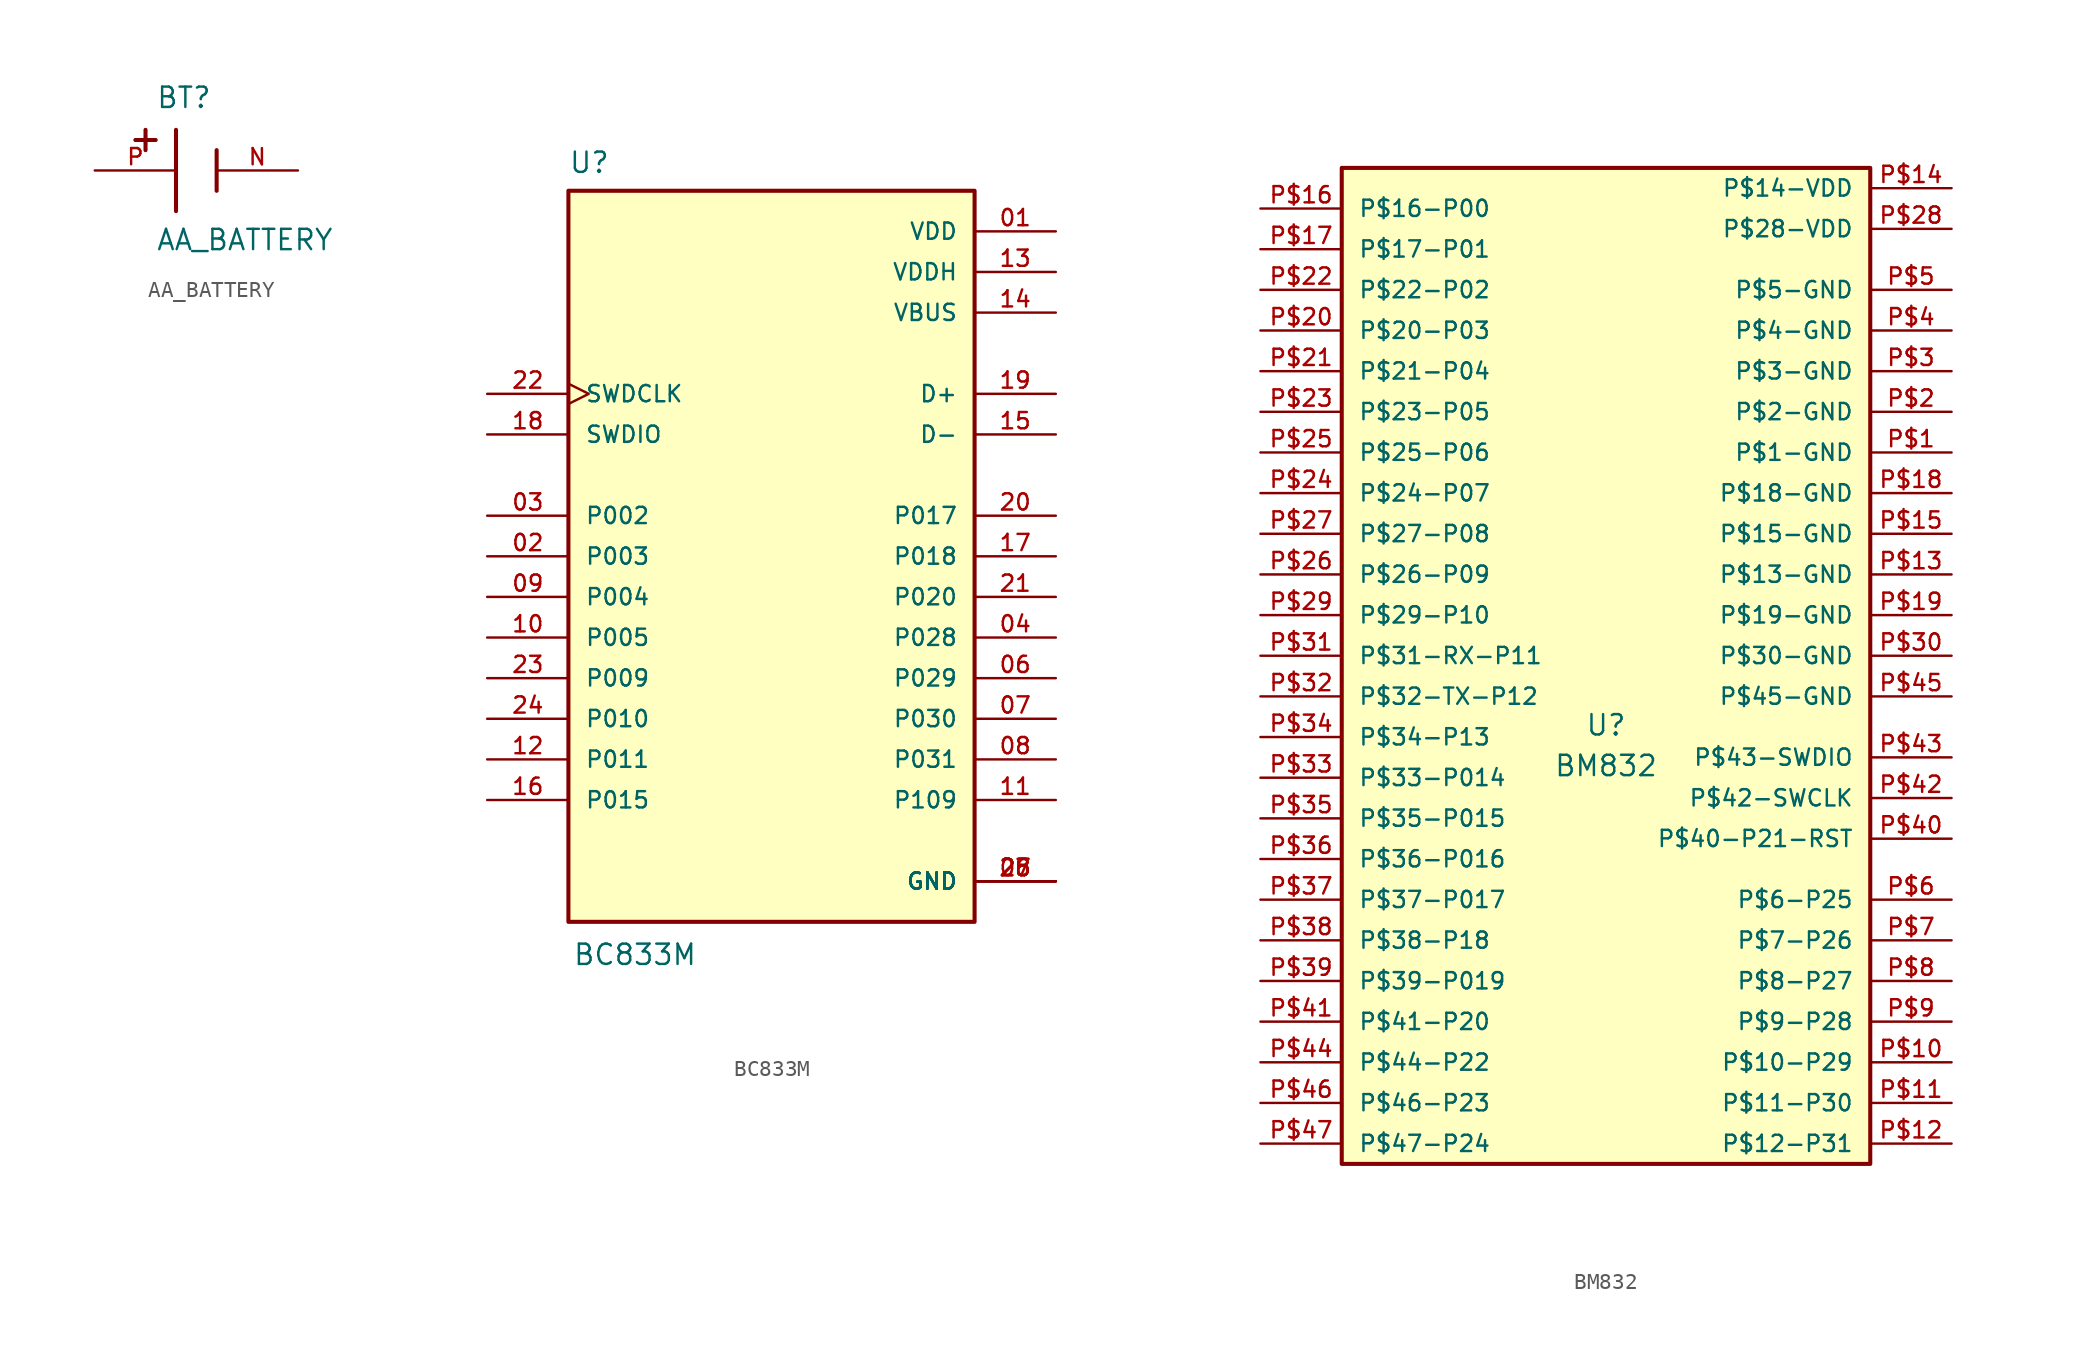
<source format=kicad_sym>
(kicad_symbol_lib
  (version 20211014)
  (generator kicad_symbol_editor)
  (symbol "AA_BATTERY"
    (pin_names
      (offset 1.016))
    (property "Reference" "BT"
      (at -3.81 3.81 0)
      (effects (font (size 1.27 1.27)) (justify left bottom)))
    (property "Value" "AA_BATTERY"
      (at -3.81 -5.08 0)
      (effects (font (size 1.27 1.27)) (justify left bottom)))
    (symbol "AA_BATTERY_0_0"
      (polyline (pts (xy -5.08 1.905) (xy -3.81 1.905)) (stroke (width 0.254) (type default) (color 0 0 0 0)) (fill (type none)))
      (polyline (pts (xy -4.445 2.54) (xy -4.445 1.27)) (stroke (width 0.254) (type default) (color 0 0 0 0)) (fill (type none)))
      (polyline (pts (xy -2.54 2.54) (xy -2.54 -2.54)) (stroke (width 0.254) (type default) (color 0 0 0 0)) (fill (type none)))
      (polyline (pts (xy 0 1.27) (xy 0 -1.27)) (stroke (width 0.254) (type default) (color 0 0 0 0)) (fill (type none)))
      (pin passive line (at 5.08 0 180) (length 5.08) (name "~" (effects (font (size 1.016 1.016)))) (number "N" (effects (font (size 1.016 1.016)))))
      (pin passive line (at -7.62 0 0) (length 5.08) (name "~" (effects (font (size 1.016 1.016)))) (number "P" (effects (font (size 1.016 1.016)))))))
  (symbol "BC833M"
    (pin_names
      (offset 1.016))
    (property "Reference" "U"
      (at -12.7 23.876 0)
      (effects (font (size 1.27 1.27)) (justify left bottom)))
    (property "Value" "BC833M"
      (at -12.446 -25.654 0)
      (effects (font (size 1.27 1.27)) (justify left bottom)))
    (symbol "BC833M_0_0"
      (rectangle (start -12.7 -22.86) (end 12.7 22.86) (stroke (width 0.254) (type default) (color 0 0 0 0)) (fill (type background)))
      (pin power_in line (at 17.78 20.32 180) (length 5.08) (name "VDD" (effects (font (size 1.016 1.016)))) (number "01" (effects (font (size 1.016 1.016)))))
      (pin bidirectional line (at -17.78 0 0) (length 5.08) (name "P003" (effects (font (size 1.016 1.016)))) (number "02" (effects (font (size 1.016 1.016)))))
      (pin bidirectional line (at -17.78 2.54 0) (length 5.08) (name "P002" (effects (font (size 1.016 1.016)))) (number "03" (effects (font (size 1.016 1.016)))))
      (pin bidirectional line (at 17.78 -5.08 180) (length 5.08) (name "P028" (effects (font (size 1.016 1.016)))) (number "04" (effects (font (size 1.016 1.016)))))
      (pin power_in line (at 17.78 -20.32 180) (length 5.08) (name "GND" (effects (font (size 1.016 1.016)))) (number "05" (effects (font (size 1.016 1.016)))))
      (pin bidirectional line (at 17.78 -7.62 180) (length 5.08) (name "P029" (effects (font (size 1.016 1.016)))) (number "06" (effects (font (size 1.016 1.016)))))
      (pin bidirectional line (at 17.78 -10.16 180) (length 5.08) (name "P030" (effects (font (size 1.016 1.016)))) (number "07" (effects (font (size 1.016 1.016)))))
      (pin bidirectional line (at 17.78 -12.7 180) (length 5.08) (name "P031" (effects (font (size 1.016 1.016)))) (number "08" (effects (font (size 1.016 1.016)))))
      (pin bidirectional line (at -17.78 -2.54 0) (length 5.08) (name "P004" (effects (font (size 1.016 1.016)))) (number "09" (effects (font (size 1.016 1.016)))))
      (pin bidirectional line (at -17.78 -5.08 0) (length 5.08) (name "P005" (effects (font (size 1.016 1.016)))) (number "10" (effects (font (size 1.016 1.016)))))
      (pin bidirectional line (at 17.78 -15.24 180) (length 5.08) (name "P109" (effects (font (size 1.016 1.016)))) (number "11" (effects (font (size 1.016 1.016)))))
      (pin bidirectional line (at -17.78 -12.7 0) (length 5.08) (name "P011" (effects (font (size 1.016 1.016)))) (number "12" (effects (font (size 1.016 1.016)))))
      (pin power_in line (at 17.78 17.78 180) (length 5.08) (name "VDDH" (effects (font (size 1.016 1.016)))) (number "13" (effects (font (size 1.016 1.016)))))
      (pin power_in line (at 17.78 15.24 180) (length 5.08) (name "VBUS" (effects (font (size 1.016 1.016)))) (number "14" (effects (font (size 1.016 1.016)))))
      (pin bidirectional line (at 17.78 7.62 180) (length 5.08) (name "D-" (effects (font (size 1.016 1.016)))) (number "15" (effects (font (size 1.016 1.016)))))
      (pin bidirectional line (at -17.78 -15.24 0) (length 5.08) (name "P015" (effects (font (size 1.016 1.016)))) (number "16" (effects (font (size 1.016 1.016)))))
      (pin bidirectional line (at 17.78 0 180) (length 5.08) (name "P018" (effects (font (size 1.016 1.016)))) (number "17" (effects (font (size 1.016 1.016)))))
      (pin bidirectional line (at -17.78 7.62 0) (length 5.08) (name "SWDIO" (effects (font (size 1.016 1.016)))) (number "18" (effects (font (size 1.016 1.016)))))
      (pin bidirectional line (at 17.78 10.16 180) (length 5.08) (name "D+" (effects (font (size 1.016 1.016)))) (number "19" (effects (font (size 1.016 1.016)))))
      (pin bidirectional line (at 17.78 2.54 180) (length 5.08) (name "P017" (effects (font (size 1.016 1.016)))) (number "20" (effects (font (size 1.016 1.016)))))
      (pin bidirectional line (at 17.78 -2.54 180) (length 5.08) (name "P020" (effects (font (size 1.016 1.016)))) (number "21" (effects (font (size 1.016 1.016)))))
      (pin input clock (at -17.78 10.16 0) (length 5.08) (name "SWDCLK" (effects (font (size 1.016 1.016)))) (number "22" (effects (font (size 1.016 1.016)))))
      (pin bidirectional line (at -17.78 -7.62 0) (length 5.08) (name "P009" (effects (font (size 1.016 1.016)))) (number "23" (effects (font (size 1.016 1.016)))))
      (pin bidirectional line (at -17.78 -10.16 0) (length 5.08) (name "P010" (effects (font (size 1.016 1.016)))) (number "24" (effects (font (size 1.016 1.016)))))
      (pin power_in line (at 17.78 -20.32 180) (length 5.08) (name "GND" (effects (font (size 1.016 1.016)))) (number "25" (effects (font (size 1.016 1.016)))))
      (pin power_in line (at 17.78 -20.32 180) (length 5.08) (name "GND" (effects (font (size 1.016 1.016)))) (number "26" (effects (font (size 1.016 1.016)))))
      (pin power_in line (at 17.78 -20.32 180) (length 5.08) (name "GND" (effects (font (size 1.016 1.016)))) (number "27" (effects (font (size 1.016 1.016)))))
      (pin power_in line (at 17.78 -20.32 180) (length 5.08) (name "GND" (effects (font (size 1.016 1.016)))) (number "28" (effects (font (size 1.016 1.016)))))))
  (symbol "BM832"
    (pin_names
      (offset 1.016))
    (property "Reference" "U"
      (at 16.51 26.67 0)
      (effects (font (size 1.27 1.27)) (justify bottom)))
    (property "Value" "BM832"
      (at 16.51 24.13 0)
      (effects (font (size 1.27 1.27)) (justify bottom)))
    (symbol "BM832_0_0"
      (rectangle (start 0 62.23) (end 33.02 0) (stroke (width 0.254) (type default) (color 0 0 0 0)) (fill (type background)))
      (pin bidirectional line (at 38.1 44.45 180) (length 5.08) (name "P$1-GND" (effects (font (size 1.016 1.016)))) (number "P$1" (effects (font (size 1.016 1.016)))))
      (pin bidirectional line (at 38.1 6.35 180) (length 5.08) (name "P$10-P29" (effects (font (size 1.016 1.016)))) (number "P$10" (effects (font (size 1.016 1.016)))))
      (pin bidirectional line (at 38.1 3.81 180) (length 5.08) (name "P$11-P30" (effects (font (size 1.016 1.016)))) (number "P$11" (effects (font (size 1.016 1.016)))))
      (pin bidirectional line (at 38.1 1.27 180) (length 5.08) (name "P$12-P31" (effects (font (size 1.016 1.016)))) (number "P$12" (effects (font (size 1.016 1.016)))))
      (pin bidirectional line (at 38.1 36.83 180) (length 5.08) (name "P$13-GND" (effects (font (size 1.016 1.016)))) (number "P$13" (effects (font (size 1.016 1.016)))))
      (pin bidirectional line (at 38.1 60.96 180) (length 5.08) (name "P$14-VDD" (effects (font (size 1.016 1.016)))) (number "P$14" (effects (font (size 1.016 1.016)))))
      (pin bidirectional line (at 38.1 39.37 180) (length 5.08) (name "P$15-GND" (effects (font (size 1.016 1.016)))) (number "P$15" (effects (font (size 1.016 1.016)))))
      (pin bidirectional line (at -5.08 59.69 0) (length 5.08) (name "P$16-P00" (effects (font (size 1.016 1.016)))) (number "P$16" (effects (font (size 1.016 1.016)))))
      (pin bidirectional line (at -5.08 57.15 0) (length 5.08) (name "P$17-P01" (effects (font (size 1.016 1.016)))) (number "P$17" (effects (font (size 1.016 1.016)))))
      (pin bidirectional line (at 38.1 41.91 180) (length 5.08) (name "P$18-GND" (effects (font (size 1.016 1.016)))) (number "P$18" (effects (font (size 1.016 1.016)))))
      (pin bidirectional line (at 38.1 34.29 180) (length 5.08) (name "P$19-GND" (effects (font (size 1.016 1.016)))) (number "P$19" (effects (font (size 1.016 1.016)))))
      (pin bidirectional line (at 38.1 46.99 180) (length 5.08) (name "P$2-GND" (effects (font (size 1.016 1.016)))) (number "P$2" (effects (font (size 1.016 1.016)))))
      (pin bidirectional line (at -5.08 52.07 0) (length 5.08) (name "P$20-P03" (effects (font (size 1.016 1.016)))) (number "P$20" (effects (font (size 1.016 1.016)))))
      (pin bidirectional line (at -5.08 49.53 0) (length 5.08) (name "P$21-P04" (effects (font (size 1.016 1.016)))) (number "P$21" (effects (font (size 1.016 1.016)))))
      (pin bidirectional line (at -5.08 54.61 0) (length 5.08) (name "P$22-P02" (effects (font (size 1.016 1.016)))) (number "P$22" (effects (font (size 1.016 1.016)))))
      (pin bidirectional line (at -5.08 46.99 0) (length 5.08) (name "P$23-P05" (effects (font (size 1.016 1.016)))) (number "P$23" (effects (font (size 1.016 1.016)))))
      (pin bidirectional line (at -5.08 41.91 0) (length 5.08) (name "P$24-P07" (effects (font (size 1.016 1.016)))) (number "P$24" (effects (font (size 1.016 1.016)))))
      (pin bidirectional line (at -5.08 44.45 0) (length 5.08) (name "P$25-P06" (effects (font (size 1.016 1.016)))) (number "P$25" (effects (font (size 1.016 1.016)))))
      (pin bidirectional line (at -5.08 36.83 0) (length 5.08) (name "P$26-P09" (effects (font (size 1.016 1.016)))) (number "P$26" (effects (font (size 1.016 1.016)))))
      (pin bidirectional line (at -5.08 39.37 0) (length 5.08) (name "P$27-P08" (effects (font (size 1.016 1.016)))) (number "P$27" (effects (font (size 1.016 1.016)))))
      (pin bidirectional line (at 38.1 58.42 180) (length 5.08) (name "P$28-VDD" (effects (font (size 1.016 1.016)))) (number "P$28" (effects (font (size 1.016 1.016)))))
      (pin bidirectional line (at -5.08 34.29 0) (length 5.08) (name "P$29-P10" (effects (font (size 1.016 1.016)))) (number "P$29" (effects (font (size 1.016 1.016)))))
      (pin bidirectional line (at 38.1 49.53 180) (length 5.08) (name "P$3-GND" (effects (font (size 1.016 1.016)))) (number "P$3" (effects (font (size 1.016 1.016)))))
      (pin bidirectional line (at 38.1 31.75 180) (length 5.08) (name "P$30-GND" (effects (font (size 1.016 1.016)))) (number "P$30" (effects (font (size 1.016 1.016)))))
      (pin bidirectional line (at -5.08 31.75 0) (length 5.08) (name "P$31-RX-P11" (effects (font (size 1.016 1.016)))) (number "P$31" (effects (font (size 1.016 1.016)))))
      (pin bidirectional line (at -5.08 29.21 0) (length 5.08) (name "P$32-TX-P12" (effects (font (size 1.016 1.016)))) (number "P$32" (effects (font (size 1.016 1.016)))))
      (pin bidirectional line (at -5.08 24.13 0) (length 5.08) (name "P$33-P014" (effects (font (size 1.016 1.016)))) (number "P$33" (effects (font (size 1.016 1.016)))))
      (pin bidirectional line (at -5.08 26.67 0) (length 5.08) (name "P$34-P13" (effects (font (size 1.016 1.016)))) (number "P$34" (effects (font (size 1.016 1.016)))))
      (pin bidirectional line (at -5.08 21.59 0) (length 5.08) (name "P$35-P015" (effects (font (size 1.016 1.016)))) (number "P$35" (effects (font (size 1.016 1.016)))))
      (pin bidirectional line (at -5.08 19.05 0) (length 5.08) (name "P$36-P016" (effects (font (size 1.016 1.016)))) (number "P$36" (effects (font (size 1.016 1.016)))))
      (pin bidirectional line (at -5.08 16.51 0) (length 5.08) (name "P$37-P017" (effects (font (size 1.016 1.016)))) (number "P$37" (effects (font (size 1.016 1.016)))))
      (pin bidirectional line (at -5.08 13.97 0) (length 5.08) (name "P$38-P18" (effects (font (size 1.016 1.016)))) (number "P$38" (effects (font (size 1.016 1.016)))))
      (pin bidirectional line (at -5.08 11.43 0) (length 5.08) (name "P$39-P019" (effects (font (size 1.016 1.016)))) (number "P$39" (effects (font (size 1.016 1.016)))))
      (pin bidirectional line (at 38.1 52.07 180) (length 5.08) (name "P$4-GND" (effects (font (size 1.016 1.016)))) (number "P$4" (effects (font (size 1.016 1.016)))))
      (pin bidirectional line (at 38.1 20.32 180) (length 5.08) (name "P$40-P21-RST" (effects (font (size 1.016 1.016)))) (number "P$40" (effects (font (size 1.016 1.016)))))
      (pin bidirectional line (at -5.08 8.89 0) (length 5.08) (name "P$41-P20" (effects (font (size 1.016 1.016)))) (number "P$41" (effects (font (size 1.016 1.016)))))
      (pin bidirectional line (at 38.1 22.86 180) (length 5.08) (name "P$42-SWCLK" (effects (font (size 1.016 1.016)))) (number "P$42" (effects (font (size 1.016 1.016)))))
      (pin bidirectional line (at 38.1 25.4 180) (length 5.08) (name "P$43-SWDIO" (effects (font (size 1.016 1.016)))) (number "P$43" (effects (font (size 1.016 1.016)))))
      (pin bidirectional line (at -5.08 6.35 0) (length 5.08) (name "P$44-P22" (effects (font (size 1.016 1.016)))) (number "P$44" (effects (font (size 1.016 1.016)))))
      (pin bidirectional line (at 38.1 29.21 180) (length 5.08) (name "P$45-GND" (effects (font (size 1.016 1.016)))) (number "P$45" (effects (font (size 1.016 1.016)))))
      (pin bidirectional line (at -5.08 3.81 0) (length 5.08) (name "P$46-P23" (effects (font (size 1.016 1.016)))) (number "P$46" (effects (font (size 1.016 1.016)))))
      (pin bidirectional line (at -5.08 1.27 0) (length 5.08) (name "P$47-P24" (effects (font (size 1.016 1.016)))) (number "P$47" (effects (font (size 1.016 1.016)))))
      (pin bidirectional line (at 38.1 54.61 180) (length 5.08) (name "P$5-GND" (effects (font (size 1.016 1.016)))) (number "P$5" (effects (font (size 1.016 1.016)))))
      (pin bidirectional line (at 38.1 16.51 180) (length 5.08) (name "P$6-P25" (effects (font (size 1.016 1.016)))) (number "P$6" (effects (font (size 1.016 1.016)))))
      (pin bidirectional line (at 38.1 13.97 180) (length 5.08) (name "P$7-P26" (effects (font (size 1.016 1.016)))) (number "P$7" (effects (font (size 1.016 1.016)))))
      (pin bidirectional line (at 38.1 11.43 180) (length 5.08) (name "P$8-P27" (effects (font (size 1.016 1.016)))) (number "P$8" (effects (font (size 1.016 1.016)))))
      (pin bidirectional line (at 38.1 8.89 180) (length 5.08) (name "P$9-P28" (effects (font (size 1.016 1.016)))) (number "P$9" (effects (font (size 1.016 1.016))))))))
</source>
